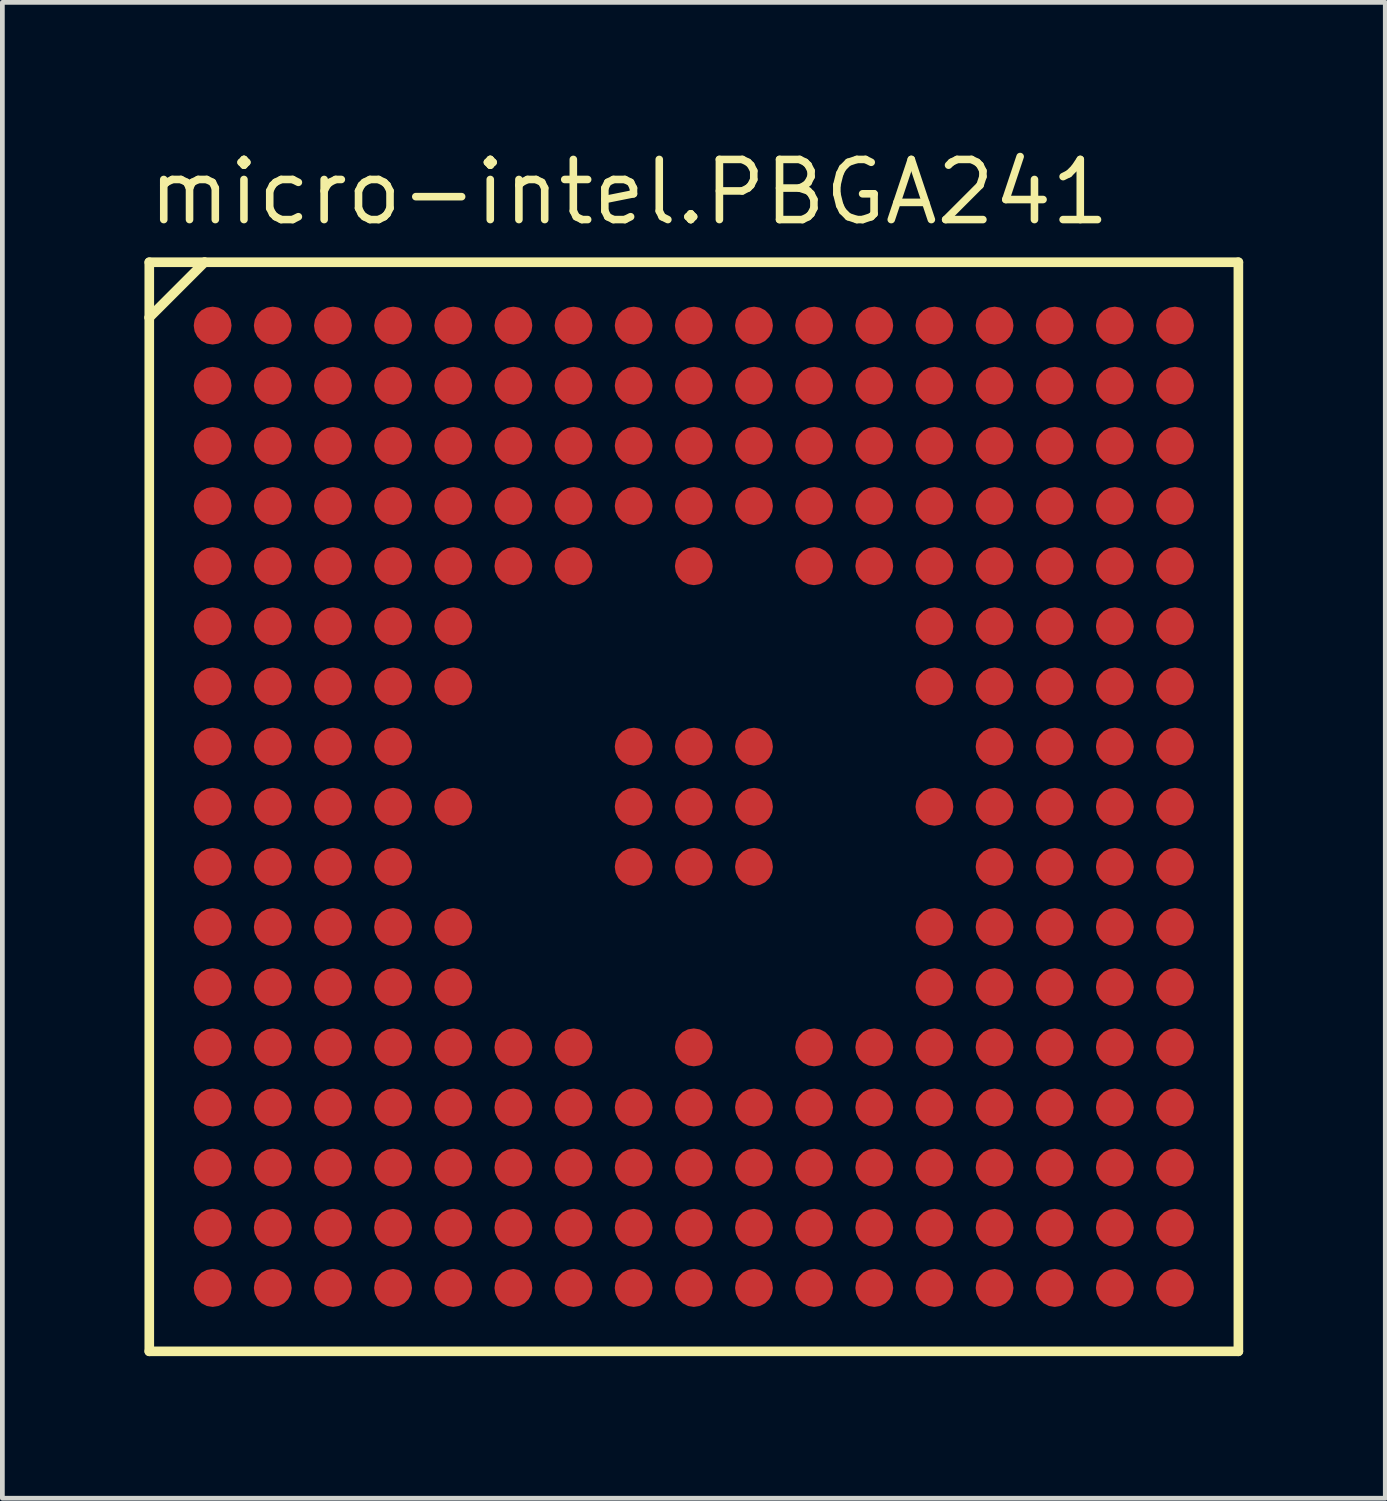
<source format=kicad_pcb>
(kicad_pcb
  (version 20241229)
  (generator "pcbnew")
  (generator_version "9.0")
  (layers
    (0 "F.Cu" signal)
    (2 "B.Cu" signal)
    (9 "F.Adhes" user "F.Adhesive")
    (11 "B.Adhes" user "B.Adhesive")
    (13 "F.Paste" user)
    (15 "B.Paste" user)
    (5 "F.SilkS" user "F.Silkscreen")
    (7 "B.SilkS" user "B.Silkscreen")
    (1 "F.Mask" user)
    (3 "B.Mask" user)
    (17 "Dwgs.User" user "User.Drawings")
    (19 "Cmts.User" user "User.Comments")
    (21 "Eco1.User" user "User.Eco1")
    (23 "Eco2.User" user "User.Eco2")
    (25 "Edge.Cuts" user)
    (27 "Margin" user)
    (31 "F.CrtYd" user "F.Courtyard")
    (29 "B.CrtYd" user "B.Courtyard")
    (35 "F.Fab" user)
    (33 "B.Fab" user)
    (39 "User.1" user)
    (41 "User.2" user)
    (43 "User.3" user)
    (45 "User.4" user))
  (footprint "micro-intel.PBGA241"
    (layer "F.Cu")
    (at 11.6 13.985)
    (property "Reference" "micro-intel.PBGA241" (at -11.6 -12.235 0) (layer "F.SilkS") (effects (font (size 1.27 1.27) (thickness 0.16)) (justify left bottom)))
    (attr smd)
    (fp_circle (center -10.16 -10.16) (end -9.76 -10.16) (stroke (width 0.1) (type default)) (fill no) (layer "F.Mask"))
    (fp_circle (center -10.16 -8.89) (end -9.76 -8.89) (stroke (width 0.1) (type default)) (fill no) (layer "F.Mask"))
    (fp_circle (center -10.16 -7.62) (end -9.76 -7.62) (stroke (width 0.1) (type default)) (fill no) (layer "F.Mask"))
    (fp_circle (center -10.16 -6.35) (end -9.76 -6.35) (stroke (width 0.1) (type default)) (fill no) (layer "F.Mask"))
    (fp_circle (center -10.16 -5.08) (end -9.76 -5.08) (stroke (width 0.1) (type default)) (fill no) (layer "F.Mask"))
    (fp_circle (center -10.16 -3.81) (end -9.76 -3.81) (stroke (width 0.1) (type default)) (fill no) (layer "F.Mask"))
    (fp_circle (center -10.16 -2.54) (end -9.76 -2.54) (stroke (width 0.1) (type default)) (fill no) (layer "F.Mask"))
    (fp_circle (center -10.16 -1.27) (end -9.76 -1.27) (stroke (width 0.1) (type default)) (fill no) (layer "F.Mask"))
    (fp_circle (center -10.16 0) (end -9.76 0) (stroke (width 0.1) (type default)) (fill no) (layer "F.Mask"))
    (fp_circle (center -10.16 1.27) (end -9.76 1.27) (stroke (width 0.1) (type default)) (fill no) (layer "F.Mask"))
    (fp_circle (center -10.16 2.54) (end -9.76 2.54) (stroke (width 0.1) (type default)) (fill no) (layer "F.Mask"))
    (fp_circle (center -10.16 3.81) (end -9.76 3.81) (stroke (width 0.1) (type default)) (fill no) (layer "F.Mask"))
    (fp_circle (center -10.16 5.08) (end -9.76 5.08) (stroke (width 0.1) (type default)) (fill no) (layer "F.Mask"))
    (fp_circle (center -10.16 6.35) (end -9.76 6.35) (stroke (width 0.1) (type default)) (fill no) (layer "F.Mask"))
    (fp_circle (center -10.16 7.62) (end -9.76 7.62) (stroke (width 0.1) (type default)) (fill no) (layer "F.Mask"))
    (fp_circle (center -10.16 8.89) (end -9.76 8.89) (stroke (width 0.1) (type default)) (fill no) (layer "F.Mask"))
    (fp_circle (center -10.16 10.16) (end -9.76 10.16) (stroke (width 0.1) (type default)) (fill no) (layer "F.Mask"))
    (fp_circle (center -8.89 -10.16) (end -8.49 -10.16) (stroke (width 0.1) (type default)) (fill no) (layer "F.Mask"))
    (fp_circle (center -8.89 -8.89) (end -8.49 -8.89) (stroke (width 0.1) (type default)) (fill no) (layer "F.Mask"))
    (fp_circle (center -8.89 -7.62) (end -8.49 -7.62) (stroke (width 0.1) (type default)) (fill no) (layer "F.Mask"))
    (fp_circle (center -8.89 -6.35) (end -8.49 -6.35) (stroke (width 0.1) (type default)) (fill no) (layer "F.Mask"))
    (fp_circle (center -8.89 -5.08) (end -8.49 -5.08) (stroke (width 0.1) (type default)) (fill no) (layer "F.Mask"))
    (fp_circle (center -8.89 -3.81) (end -8.49 -3.81) (stroke (width 0.1) (type default)) (fill no) (layer "F.Mask"))
    (fp_circle (center -8.89 -2.54) (end -8.49 -2.54) (stroke (width 0.1) (type default)) (fill no) (layer "F.Mask"))
    (fp_circle (center -8.89 -1.27) (end -8.49 -1.27) (stroke (width 0.1) (type default)) (fill no) (layer "F.Mask"))
    (fp_circle (center -8.89 0) (end -8.49 0) (stroke (width 0.1) (type default)) (fill no) (layer "F.Mask"))
    (fp_circle (center -8.89 1.27) (end -8.49 1.27) (stroke (width 0.1) (type default)) (fill no) (layer "F.Mask"))
    (fp_circle (center -8.89 2.54) (end -8.49 2.54) (stroke (width 0.1) (type default)) (fill no) (layer "F.Mask"))
    (fp_circle (center -8.89 3.81) (end -8.49 3.81) (stroke (width 0.1) (type default)) (fill no) (layer "F.Mask"))
    (fp_circle (center -8.89 5.08) (end -8.49 5.08) (stroke (width 0.1) (type default)) (fill no) (layer "F.Mask"))
    (fp_circle (center -8.89 6.35) (end -8.49 6.35) (stroke (width 0.1) (type default)) (fill no) (layer "F.Mask"))
    (fp_circle (center -8.89 7.62) (end -8.49 7.62) (stroke (width 0.1) (type default)) (fill no) (layer "F.Mask"))
    (fp_circle (center -8.89 8.89) (end -8.49 8.89) (stroke (width 0.1) (type default)) (fill no) (layer "F.Mask"))
    (fp_circle (center -8.89 10.16) (end -8.49 10.16) (stroke (width 0.1) (type default)) (fill no) (layer "F.Mask"))
    (fp_circle (center -7.62 -10.16) (end -7.22 -10.16) (stroke (width 0.1) (type default)) (fill no) (layer "F.Mask"))
    (fp_circle (center -7.62 -8.89) (end -7.22 -8.89) (stroke (width 0.1) (type default)) (fill no) (layer "F.Mask"))
    (fp_circle (center -7.62 -7.62) (end -7.22 -7.62) (stroke (width 0.1) (type default)) (fill no) (layer "F.Mask"))
    (fp_circle (center -7.62 -6.35) (end -7.22 -6.35) (stroke (width 0.1) (type default)) (fill no) (layer "F.Mask"))
    (fp_circle (center -7.62 -5.08) (end -7.22 -5.08) (stroke (width 0.1) (type default)) (fill no) (layer "F.Mask"))
    (fp_circle (center -7.62 -3.81) (end -7.22 -3.81) (stroke (width 0.1) (type default)) (fill no) (layer "F.Mask"))
    (fp_circle (center -7.62 -2.54) (end -7.22 -2.54) (stroke (width 0.1) (type default)) (fill no) (layer "F.Mask"))
    (fp_circle (center -7.62 -1.27) (end -7.22 -1.27) (stroke (width 0.1) (type default)) (fill no) (layer "F.Mask"))
    (fp_circle (center -7.62 0) (end -7.22 0) (stroke (width 0.1) (type default)) (fill no) (layer "F.Mask"))
    (fp_circle (center -7.62 1.27) (end -7.22 1.27) (stroke (width 0.1) (type default)) (fill no) (layer "F.Mask"))
    (fp_circle (center -7.62 2.54) (end -7.22 2.54) (stroke (width 0.1) (type default)) (fill no) (layer "F.Mask"))
    (fp_circle (center -7.62 3.81) (end -7.22 3.81) (stroke (width 0.1) (type default)) (fill no) (layer "F.Mask"))
    (fp_circle (center -7.62 5.08) (end -7.22 5.08) (stroke (width 0.1) (type default)) (fill no) (layer "F.Mask"))
    (fp_circle (center -7.62 6.35) (end -7.22 6.35) (stroke (width 0.1) (type default)) (fill no) (layer "F.Mask"))
    (fp_circle (center -7.62 7.62) (end -7.22 7.62) (stroke (width 0.1) (type default)) (fill no) (layer "F.Mask"))
    (fp_circle (center -7.62 8.89) (end -7.22 8.89) (stroke (width 0.1) (type default)) (fill no) (layer "F.Mask"))
    (fp_circle (center -7.62 10.16) (end -7.22 10.16) (stroke (width 0.1) (type default)) (fill no) (layer "F.Mask"))
    (fp_circle (center -6.35 -10.16) (end -5.95 -10.16) (stroke (width 0.1) (type default)) (fill no) (layer "F.Mask"))
    (fp_circle (center -6.35 -8.89) (end -5.95 -8.89) (stroke (width 0.1) (type default)) (fill no) (layer "F.Mask"))
    (fp_circle (center -6.35 -7.62) (end -5.95 -7.62) (stroke (width 0.1) (type default)) (fill no) (layer "F.Mask"))
    (fp_circle (center -6.35 -6.35) (end -5.95 -6.35) (stroke (width 0.1) (type default)) (fill no) (layer "F.Mask"))
    (fp_circle (center -6.35 -5.08) (end -5.95 -5.08) (stroke (width 0.1) (type default)) (fill no) (layer "F.Mask"))
    (fp_circle (center -6.35 -3.81) (end -5.95 -3.81) (stroke (width 0.1) (type default)) (fill no) (layer "F.Mask"))
    (fp_circle (center -6.35 -2.54) (end -5.95 -2.54) (stroke (width 0.1) (type default)) (fill no) (layer "F.Mask"))
    (fp_circle (center -6.35 -1.27) (end -5.95 -1.27) (stroke (width 0.1) (type default)) (fill no) (layer "F.Mask"))
    (fp_circle (center -6.35 0) (end -5.95 0) (stroke (width 0.1) (type default)) (fill no) (layer "F.Mask"))
    (fp_circle (center -6.35 1.27) (end -5.95 1.27) (stroke (width 0.1) (type default)) (fill no) (layer "F.Mask"))
    (fp_circle (center -6.35 2.54) (end -5.95 2.54) (stroke (width 0.1) (type default)) (fill no) (layer "F.Mask"))
    (fp_circle (center -6.35 3.81) (end -5.95 3.81) (stroke (width 0.1) (type default)) (fill no) (layer "F.Mask"))
    (fp_circle (center -6.35 5.08) (end -5.95 5.08) (stroke (width 0.1) (type default)) (fill no) (layer "F.Mask"))
    (fp_circle (center -6.35 6.35) (end -5.95 6.35) (stroke (width 0.1) (type default)) (fill no) (layer "F.Mask"))
    (fp_circle (center -6.35 7.62) (end -5.95 7.62) (stroke (width 0.1) (type default)) (fill no) (layer "F.Mask"))
    (fp_circle (center -6.35 8.89) (end -5.95 8.89) (stroke (width 0.1) (type default)) (fill no) (layer "F.Mask"))
    (fp_circle (center -6.35 10.16) (end -5.95 10.16) (stroke (width 0.1) (type default)) (fill no) (layer "F.Mask"))
    (fp_circle (center -5.08 -10.16) (end -4.68 -10.16) (stroke (width 0.1) (type default)) (fill no) (layer "F.Mask"))
    (fp_circle (center -5.08 -8.89) (end -4.68 -8.89) (stroke (width 0.1) (type default)) (fill no) (layer "F.Mask"))
    (fp_circle (center -5.08 -7.62) (end -4.68 -7.62) (stroke (width 0.1) (type default)) (fill no) (layer "F.Mask"))
    (fp_circle (center -5.08 -6.35) (end -4.68 -6.35) (stroke (width 0.1) (type default)) (fill no) (layer "F.Mask"))
    (fp_circle (center -5.08 -5.08) (end -4.68 -5.08) (stroke (width 0.1) (type default)) (fill no) (layer "F.Mask"))
    (fp_circle (center -5.08 -3.81) (end -4.68 -3.81) (stroke (width 0.1) (type default)) (fill no) (layer "F.Mask"))
    (fp_circle (center -5.08 -2.54) (end -4.68 -2.54) (stroke (width 0.1) (type default)) (fill no) (layer "F.Mask"))
    (fp_circle (center -5.08 0) (end -4.68 0) (stroke (width 0.1) (type default)) (fill no) (layer "F.Mask"))
    (fp_circle (center -5.08 2.54) (end -4.68 2.54) (stroke (width 0.1) (type default)) (fill no) (layer "F.Mask"))
    (fp_circle (center -5.08 3.81) (end -4.68 3.81) (stroke (width 0.1) (type default)) (fill no) (layer "F.Mask"))
    (fp_circle (center -5.08 5.08) (end -4.68 5.08) (stroke (width 0.1) (type default)) (fill no) (layer "F.Mask"))
    (fp_circle (center -5.08 6.35) (end -4.68 6.35) (stroke (width 0.1) (type default)) (fill no) (layer "F.Mask"))
    (fp_circle (center -5.08 7.62) (end -4.68 7.62) (stroke (width 0.1) (type default)) (fill no) (layer "F.Mask"))
    (fp_circle (center -5.08 8.89) (end -4.68 8.89) (stroke (width 0.1) (type default)) (fill no) (layer "F.Mask"))
    (fp_circle (center -5.08 10.16) (end -4.68 10.16) (stroke (width 0.1) (type default)) (fill no) (layer "F.Mask"))
    (fp_circle (center -3.81 -10.16) (end -3.41 -10.16) (stroke (width 0.1) (type default)) (fill no) (layer "F.Mask"))
    (fp_circle (center -3.81 -8.89) (end -3.41 -8.89) (stroke (width 0.1) (type default)) (fill no) (layer "F.Mask"))
    (fp_circle (center -3.81 -7.62) (end -3.41 -7.62) (stroke (width 0.1) (type default)) (fill no) (layer "F.Mask"))
    (fp_circle (center -3.81 -6.35) (end -3.41 -6.35) (stroke (width 0.1) (type default)) (fill no) (layer "F.Mask"))
    (fp_circle (center -3.81 -5.08) (end -3.41 -5.08) (stroke (width 0.1) (type default)) (fill no) (layer "F.Mask"))
    (fp_circle (center -3.81 5.08) (end -3.41 5.08) (stroke (width 0.1) (type default)) (fill no) (layer "F.Mask"))
    (fp_circle (center -3.81 6.35) (end -3.41 6.35) (stroke (width 0.1) (type default)) (fill no) (layer "F.Mask"))
    (fp_circle (center -3.81 7.62) (end -3.41 7.62) (stroke (width 0.1) (type default)) (fill no) (layer "F.Mask"))
    (fp_circle (center -3.81 8.89) (end -3.41 8.89) (stroke (width 0.1) (type default)) (fill no) (layer "F.Mask"))
    (fp_circle (center -3.81 10.16) (end -3.41 10.16) (stroke (width 0.1) (type default)) (fill no) (layer "F.Mask"))
    (fp_circle (center -2.54 -10.16) (end -2.14 -10.16) (stroke (width 0.1) (type default)) (fill no) (layer "F.Mask"))
    (fp_circle (center -2.54 -8.89) (end -2.14 -8.89) (stroke (width 0.1) (type default)) (fill no) (layer "F.Mask"))
    (fp_circle (center -2.54 -7.62) (end -2.14 -7.62) (stroke (width 0.1) (type default)) (fill no) (layer "F.Mask"))
    (fp_circle (center -2.54 -6.35) (end -2.14 -6.35) (stroke (width 0.1) (type default)) (fill no) (layer "F.Mask"))
    (fp_circle (center -2.54 -5.08) (end -2.14 -5.08) (stroke (width 0.1) (type default)) (fill no) (layer "F.Mask"))
    (fp_circle (center -2.54 5.08) (end -2.14 5.08) (stroke (width 0.1) (type default)) (fill no) (layer "F.Mask"))
    (fp_circle (center -2.54 6.35) (end -2.14 6.35) (stroke (width 0.1) (type default)) (fill no) (layer "F.Mask"))
    (fp_circle (center -2.54 7.62) (end -2.14 7.62) (stroke (width 0.1) (type default)) (fill no) (layer "F.Mask"))
    (fp_circle (center -2.54 8.89) (end -2.14 8.89) (stroke (width 0.1) (type default)) (fill no) (layer "F.Mask"))
    (fp_circle (center -2.54 10.16) (end -2.14 10.16) (stroke (width 0.1) (type default)) (fill no) (layer "F.Mask"))
    (fp_circle (center -1.27 -10.16) (end -0.87 -10.16) (stroke (width 0.1) (type default)) (fill no) (layer "F.Mask"))
    (fp_circle (center -1.27 -8.89) (end -0.87 -8.89) (stroke (width 0.1) (type default)) (fill no) (layer "F.Mask"))
    (fp_circle (center -1.27 -7.62) (end -0.87 -7.62) (stroke (width 0.1) (type default)) (fill no) (layer "F.Mask"))
    (fp_circle (center -1.27 -6.35) (end -0.87 -6.35) (stroke (width 0.1) (type default)) (fill no) (layer "F.Mask"))
    (fp_circle (center -1.27 -1.27) (end -0.87 -1.27) (stroke (width 0.1) (type default)) (fill no) (layer "F.Mask"))
    (fp_circle (center -1.27 0) (end -0.87 0) (stroke (width 0.1) (type default)) (fill no) (layer "F.Mask"))
    (fp_circle (center -1.27 1.27) (end -0.87 1.27) (stroke (width 0.1) (type default)) (fill no) (layer "F.Mask"))
    (fp_circle (center -1.27 6.35) (end -0.87 6.35) (stroke (width 0.1) (type default)) (fill no) (layer "F.Mask"))
    (fp_circle (center -1.27 7.62) (end -0.87 7.62) (stroke (width 0.1) (type default)) (fill no) (layer "F.Mask"))
    (fp_circle (center -1.27 8.89) (end -0.87 8.89) (stroke (width 0.1) (type default)) (fill no) (layer "F.Mask"))
    (fp_circle (center -1.27 10.16) (end -0.87 10.16) (stroke (width 0.1) (type default)) (fill no) (layer "F.Mask"))
    (fp_circle (center 0 -10.16) (end 0.4 -10.16) (stroke (width 0.1) (type default)) (fill no) (layer "F.Mask"))
    (fp_circle (center 0 -8.89) (end 0.4 -8.89) (stroke (width 0.1) (type default)) (fill no) (layer "F.Mask"))
    (fp_circle (center 0 -7.62) (end 0.4 -7.62) (stroke (width 0.1) (type default)) (fill no) (layer "F.Mask"))
    (fp_circle (center 0 -6.35) (end 0.4 -6.35) (stroke (width 0.1) (type default)) (fill no) (layer "F.Mask"))
    (fp_circle (center 0 -5.08) (end 0.4 -5.08) (stroke (width 0.1) (type default)) (fill no) (layer "F.Mask"))
    (fp_circle (center 0 -1.27) (end 0.4 -1.27) (stroke (width 0.1) (type default)) (fill no) (layer "F.Mask"))
    (fp_circle (center 0 0) (end 0.4 0) (stroke (width 0.1) (type default)) (fill no) (layer "F.Mask"))
    (fp_circle (center 0 1.27) (end 0.4 1.27) (stroke (width 0.1) (type default)) (fill no) (layer "F.Mask"))
    (fp_circle (center 0 5.08) (end 0.4 5.08) (stroke (width 0.1) (type default)) (fill no) (layer "F.Mask"))
    (fp_circle (center 0 6.35) (end 0.4 6.35) (stroke (width 0.1) (type default)) (fill no) (layer "F.Mask"))
    (fp_circle (center 0 7.62) (end 0.4 7.62) (stroke (width 0.1) (type default)) (fill no) (layer "F.Mask"))
    (fp_circle (center 0 8.89) (end 0.4 8.89) (stroke (width 0.1) (type default)) (fill no) (layer "F.Mask"))
    (fp_circle (center 0 10.16) (end 0.4 10.16) (stroke (width 0.1) (type default)) (fill no) (layer "F.Mask"))
    (fp_circle (center 1.27 -10.16) (end 1.67 -10.16) (stroke (width 0.1) (type default)) (fill no) (layer "F.Mask"))
    (fp_circle (center 1.27 -8.89) (end 1.67 -8.89) (stroke (width 0.1) (type default)) (fill no) (layer "F.Mask"))
    (fp_circle (center 1.27 -7.62) (end 1.67 -7.62) (stroke (width 0.1) (type default)) (fill no) (layer "F.Mask"))
    (fp_circle (center 1.27 -6.35) (end 1.67 -6.35) (stroke (width 0.1) (type default)) (fill no) (layer "F.Mask"))
    (fp_circle (center 1.27 -1.27) (end 1.67 -1.27) (stroke (width 0.1) (type default)) (fill no) (layer "F.Mask"))
    (fp_circle (center 1.27 0) (end 1.67 0) (stroke (width 0.1) (type default)) (fill no) (layer "F.Mask"))
    (fp_circle (center 1.27 1.27) (end 1.67 1.27) (stroke (width 0.1) (type default)) (fill no) (layer "F.Mask"))
    (fp_circle (center 1.27 6.35) (end 1.67 6.35) (stroke (width 0.1) (type default)) (fill no) (layer "F.Mask"))
    (fp_circle (center 1.27 7.62) (end 1.67 7.62) (stroke (width 0.1) (type default)) (fill no) (layer "F.Mask"))
    (fp_circle (center 1.27 8.89) (end 1.67 8.89) (stroke (width 0.1) (type default)) (fill no) (layer "F.Mask"))
    (fp_circle (center 1.27 10.16) (end 1.67 10.16) (stroke (width 0.1) (type default)) (fill no) (layer "F.Mask"))
    (fp_circle (center 2.54 -10.16) (end 2.94 -10.16) (stroke (width 0.1) (type default)) (fill no) (layer "F.Mask"))
    (fp_circle (center 2.54 -8.89) (end 2.94 -8.89) (stroke (width 0.1) (type default)) (fill no) (layer "F.Mask"))
    (fp_circle (center 2.54 -7.62) (end 2.94 -7.62) (stroke (width 0.1) (type default)) (fill no) (layer "F.Mask"))
    (fp_circle (center 2.54 -6.35) (end 2.94 -6.35) (stroke (width 0.1) (type default)) (fill no) (layer "F.Mask"))
    (fp_circle (center 2.54 -5.08) (end 2.94 -5.08) (stroke (width 0.1) (type default)) (fill no) (layer "F.Mask"))
    (fp_circle (center 2.54 5.08) (end 2.94 5.08) (stroke (width 0.1) (type default)) (fill no) (layer "F.Mask"))
    (fp_circle (center 2.54 6.35) (end 2.94 6.35) (stroke (width 0.1) (type default)) (fill no) (layer "F.Mask"))
    (fp_circle (center 2.54 7.62) (end 2.94 7.62) (stroke (width 0.1) (type default)) (fill no) (layer "F.Mask"))
    (fp_circle (center 2.54 8.89) (end 2.94 8.89) (stroke (width 0.1) (type default)) (fill no) (layer "F.Mask"))
    (fp_circle (center 2.54 10.16) (end 2.94 10.16) (stroke (width 0.1) (type default)) (fill no) (layer "F.Mask"))
    (fp_circle (center 3.81 -10.16) (end 4.21 -10.16) (stroke (width 0.1) (type default)) (fill no) (layer "F.Mask"))
    (fp_circle (center 3.81 -8.89) (end 4.21 -8.89) (stroke (width 0.1) (type default)) (fill no) (layer "F.Mask"))
    (fp_circle (center 3.81 -7.62) (end 4.21 -7.62) (stroke (width 0.1) (type default)) (fill no) (layer "F.Mask"))
    (fp_circle (center 3.81 -6.35) (end 4.21 -6.35) (stroke (width 0.1) (type default)) (fill no) (layer "F.Mask"))
    (fp_circle (center 3.81 -5.08) (end 4.21 -5.08) (stroke (width 0.1) (type default)) (fill no) (layer "F.Mask"))
    (fp_circle (center 3.81 5.08) (end 4.21 5.08) (stroke (width 0.1) (type default)) (fill no) (layer "F.Mask"))
    (fp_circle (center 3.81 6.35) (end 4.21 6.35) (stroke (width 0.1) (type default)) (fill no) (layer "F.Mask"))
    (fp_circle (center 3.81 7.62) (end 4.21 7.62) (stroke (width 0.1) (type default)) (fill no) (layer "F.Mask"))
    (fp_circle (center 3.81 8.89) (end 4.21 8.89) (stroke (width 0.1) (type default)) (fill no) (layer "F.Mask"))
    (fp_circle (center 3.81 10.16) (end 4.21 10.16) (stroke (width 0.1) (type default)) (fill no) (layer "F.Mask"))
    (fp_circle (center 5.08 -10.16) (end 5.48 -10.16) (stroke (width 0.1) (type default)) (fill no) (layer "F.Mask"))
    (fp_circle (center 5.08 -8.89) (end 5.48 -8.89) (stroke (width 0.1) (type default)) (fill no) (layer "F.Mask"))
    (fp_circle (center 5.08 -7.62) (end 5.48 -7.62) (stroke (width 0.1) (type default)) (fill no) (layer "F.Mask"))
    (fp_circle (center 5.08 -6.35) (end 5.48 -6.35) (stroke (width 0.1) (type default)) (fill no) (layer "F.Mask"))
    (fp_circle (center 5.08 -5.08) (end 5.48 -5.08) (stroke (width 0.1) (type default)) (fill no) (layer "F.Mask"))
    (fp_circle (center 5.08 -3.81) (end 5.48 -3.81) (stroke (width 0.1) (type default)) (fill no) (layer "F.Mask"))
    (fp_circle (center 5.08 -2.54) (end 5.48 -2.54) (stroke (width 0.1) (type default)) (fill no) (layer "F.Mask"))
    (fp_circle (center 5.08 0) (end 5.48 0) (stroke (width 0.1) (type default)) (fill no) (layer "F.Mask"))
    (fp_circle (center 5.08 2.54) (end 5.48 2.54) (stroke (width 0.1) (type default)) (fill no) (layer "F.Mask"))
    (fp_circle (center 5.08 3.81) (end 5.48 3.81) (stroke (width 0.1) (type default)) (fill no) (layer "F.Mask"))
    (fp_circle (center 5.08 5.08) (end 5.48 5.08) (stroke (width 0.1) (type default)) (fill no) (layer "F.Mask"))
    (fp_circle (center 5.08 6.35) (end 5.48 6.35) (stroke (width 0.1) (type default)) (fill no) (layer "F.Mask"))
    (fp_circle (center 5.08 7.62) (end 5.48 7.62) (stroke (width 0.1) (type default)) (fill no) (layer "F.Mask"))
    (fp_circle (center 5.08 8.89) (end 5.48 8.89) (stroke (width 0.1) (type default)) (fill no) (layer "F.Mask"))
    (fp_circle (center 5.08 10.16) (end 5.48 10.16) (stroke (width 0.1) (type default)) (fill no) (layer "F.Mask"))
    (fp_circle (center 6.35 -10.16) (end 6.75 -10.16) (stroke (width 0.1) (type default)) (fill no) (layer "F.Mask"))
    (fp_circle (center 6.35 -8.89) (end 6.75 -8.89) (stroke (width 0.1) (type default)) (fill no) (layer "F.Mask"))
    (fp_circle (center 6.35 -7.62) (end 6.75 -7.62) (stroke (width 0.1) (type default)) (fill no) (layer "F.Mask"))
    (fp_circle (center 6.35 -6.35) (end 6.75 -6.35) (stroke (width 0.1) (type default)) (fill no) (layer "F.Mask"))
    (fp_circle (center 6.35 -5.08) (end 6.75 -5.08) (stroke (width 0.1) (type default)) (fill no) (layer "F.Mask"))
    (fp_circle (center 6.35 -3.81) (end 6.75 -3.81) (stroke (width 0.1) (type default)) (fill no) (layer "F.Mask"))
    (fp_circle (center 6.35 -2.54) (end 6.75 -2.54) (stroke (width 0.1) (type default)) (fill no) (layer "F.Mask"))
    (fp_circle (center 6.35 -1.27) (end 6.75 -1.27) (stroke (width 0.1) (type default)) (fill no) (layer "F.Mask"))
    (fp_circle (center 6.35 0) (end 6.75 0) (stroke (width 0.1) (type default)) (fill no) (layer "F.Mask"))
    (fp_circle (center 6.35 1.27) (end 6.75 1.27) (stroke (width 0.1) (type default)) (fill no) (layer "F.Mask"))
    (fp_circle (center 6.35 2.54) (end 6.75 2.54) (stroke (width 0.1) (type default)) (fill no) (layer "F.Mask"))
    (fp_circle (center 6.35 3.81) (end 6.75 3.81) (stroke (width 0.1) (type default)) (fill no) (layer "F.Mask"))
    (fp_circle (center 6.35 5.08) (end 6.75 5.08) (stroke (width 0.1) (type default)) (fill no) (layer "F.Mask"))
    (fp_circle (center 6.35 6.35) (end 6.75 6.35) (stroke (width 0.1) (type default)) (fill no) (layer "F.Mask"))
    (fp_circle (center 6.35 7.62) (end 6.75 7.62) (stroke (width 0.1) (type default)) (fill no) (layer "F.Mask"))
    (fp_circle (center 6.35 8.89) (end 6.75 8.89) (stroke (width 0.1) (type default)) (fill no) (layer "F.Mask"))
    (fp_circle (center 6.35 10.16) (end 6.75 10.16) (stroke (width 0.1) (type default)) (fill no) (layer "F.Mask"))
    (fp_circle (center 7.62 -10.16) (end 8.02 -10.16) (stroke (width 0.1) (type default)) (fill no) (layer "F.Mask"))
    (fp_circle (center 7.62 -8.89) (end 8.02 -8.89) (stroke (width 0.1) (type default)) (fill no) (layer "F.Mask"))
    (fp_circle (center 7.62 -7.62) (end 8.02 -7.62) (stroke (width 0.1) (type default)) (fill no) (layer "F.Mask"))
    (fp_circle (center 7.62 -6.35) (end 8.02 -6.35) (stroke (width 0.1) (type default)) (fill no) (layer "F.Mask"))
    (fp_circle (center 7.62 -5.08) (end 8.02 -5.08) (stroke (width 0.1) (type default)) (fill no) (layer "F.Mask"))
    (fp_circle (center 7.62 -3.81) (end 8.02 -3.81) (stroke (width 0.1) (type default)) (fill no) (layer "F.Mask"))
    (fp_circle (center 7.62 -2.54) (end 8.02 -2.54) (stroke (width 0.1) (type default)) (fill no) (layer "F.Mask"))
    (fp_circle (center 7.62 -1.27) (end 8.02 -1.27) (stroke (width 0.1) (type default)) (fill no) (layer "F.Mask"))
    (fp_circle (center 7.62 0) (end 8.02 0) (stroke (width 0.1) (type default)) (fill no) (layer "F.Mask"))
    (fp_circle (center 7.62 1.27) (end 8.02 1.27) (stroke (width 0.1) (type default)) (fill no) (layer "F.Mask"))
    (fp_circle (center 7.62 2.54) (end 8.02 2.54) (stroke (width 0.1) (type default)) (fill no) (layer "F.Mask"))
    (fp_circle (center 7.62 3.81) (end 8.02 3.81) (stroke (width 0.1) (type default)) (fill no) (layer "F.Mask"))
    (fp_circle (center 7.62 5.08) (end 8.02 5.08) (stroke (width 0.1) (type default)) (fill no) (layer "F.Mask"))
    (fp_circle (center 7.62 6.35) (end 8.02 6.35) (stroke (width 0.1) (type default)) (fill no) (layer "F.Mask"))
    (fp_circle (center 7.62 7.62) (end 8.02 7.62) (stroke (width 0.1) (type default)) (fill no) (layer "F.Mask"))
    (fp_circle (center 7.62 8.89) (end 8.02 8.89) (stroke (width 0.1) (type default)) (fill no) (layer "F.Mask"))
    (fp_circle (center 7.62 10.16) (end 8.02 10.16) (stroke (width 0.1) (type default)) (fill no) (layer "F.Mask"))
    (fp_circle (center 8.89 -10.16) (end 9.29 -10.16) (stroke (width 0.1) (type default)) (fill no) (layer "F.Mask"))
    (fp_circle (center 8.89 -8.89) (end 9.29 -8.89) (stroke (width 0.1) (type default)) (fill no) (layer "F.Mask"))
    (fp_circle (center 8.89 -7.62) (end 9.29 -7.62) (stroke (width 0.1) (type default)) (fill no) (layer "F.Mask"))
    (fp_circle (center 8.89 -6.35) (end 9.29 -6.35) (stroke (width 0.1) (type default)) (fill no) (layer "F.Mask"))
    (fp_circle (center 8.89 -5.08) (end 9.29 -5.08) (stroke (width 0.1) (type default)) (fill no) (layer "F.Mask"))
    (fp_circle (center 8.89 -3.81) (end 9.29 -3.81) (stroke (width 0.1) (type default)) (fill no) (layer "F.Mask"))
    (fp_circle (center 8.89 -2.54) (end 9.29 -2.54) (stroke (width 0.1) (type default)) (fill no) (layer "F.Mask"))
    (fp_circle (center 8.89 -1.27) (end 9.29 -1.27) (stroke (width 0.1) (type default)) (fill no) (layer "F.Mask"))
    (fp_circle (center 8.89 0) (end 9.29 0) (stroke (width 0.1) (type default)) (fill no) (layer "F.Mask"))
    (fp_circle (center 8.89 1.27) (end 9.29 1.27) (stroke (width 0.1) (type default)) (fill no) (layer "F.Mask"))
    (fp_circle (center 8.89 2.54) (end 9.29 2.54) (stroke (width 0.1) (type default)) (fill no) (layer "F.Mask"))
    (fp_circle (center 8.89 3.81) (end 9.29 3.81) (stroke (width 0.1) (type default)) (fill no) (layer "F.Mask"))
    (fp_circle (center 8.89 5.08) (end 9.29 5.08) (stroke (width 0.1) (type default)) (fill no) (layer "F.Mask"))
    (fp_circle (center 8.89 6.35) (end 9.29 6.35) (stroke (width 0.1) (type default)) (fill no) (layer "F.Mask"))
    (fp_circle (center 8.89 7.62) (end 9.29 7.62) (stroke (width 0.1) (type default)) (fill no) (layer "F.Mask"))
    (fp_circle (center 8.89 8.89) (end 9.29 8.89) (stroke (width 0.1) (type default)) (fill no) (layer "F.Mask"))
    (fp_circle (center 8.89 10.16) (end 9.29 10.16) (stroke (width 0.1) (type default)) (fill no) (layer "F.Mask"))
    (fp_circle (center 10.16 -10.16) (end 10.56 -10.16) (stroke (width 0.1) (type default)) (fill no) (layer "F.Mask"))
    (fp_circle (center 10.16 -8.89) (end 10.56 -8.89) (stroke (width 0.1) (type default)) (fill no) (layer "F.Mask"))
    (fp_circle (center 10.16 -7.62) (end 10.56 -7.62) (stroke (width 0.1) (type default)) (fill no) (layer "F.Mask"))
    (fp_circle (center 10.16 -6.35) (end 10.56 -6.35) (stroke (width 0.1) (type default)) (fill no) (layer "F.Mask"))
    (fp_circle (center 10.16 -5.08) (end 10.56 -5.08) (stroke (width 0.1) (type default)) (fill no) (layer "F.Mask"))
    (fp_circle (center 10.16 -3.81) (end 10.56 -3.81) (stroke (width 0.1) (type default)) (fill no) (layer "F.Mask"))
    (fp_circle (center 10.16 -2.54) (end 10.56 -2.54) (stroke (width 0.1) (type default)) (fill no) (layer "F.Mask"))
    (fp_circle (center 10.16 -1.27) (end 10.56 -1.27) (stroke (width 0.1) (type default)) (fill no) (layer "F.Mask"))
    (fp_circle (center 10.16 0) (end 10.56 0) (stroke (width 0.1) (type default)) (fill no) (layer "F.Mask"))
    (fp_circle (center 10.16 1.27) (end 10.56 1.27) (stroke (width 0.1) (type default)) (fill no) (layer "F.Mask"))
    (fp_circle (center 10.16 2.54) (end 10.56 2.54) (stroke (width 0.1) (type default)) (fill no) (layer "F.Mask"))
    (fp_circle (center 10.16 3.81) (end 10.56 3.81) (stroke (width 0.1) (type default)) (fill no) (layer "F.Mask"))
    (fp_circle (center 10.16 5.08) (end 10.56 5.08) (stroke (width 0.1) (type default)) (fill no) (layer "F.Mask"))
    (fp_circle (center 10.16 6.35) (end 10.56 6.35) (stroke (width 0.1) (type default)) (fill no) (layer "F.Mask"))
    (fp_circle (center 10.16 7.62) (end 10.56 7.62) (stroke (width 0.1) (type default)) (fill no) (layer "F.Mask"))
    (fp_circle (center 10.16 8.89) (end 10.56 8.89) (stroke (width 0.1) (type default)) (fill no) (layer "F.Mask"))
    (fp_circle (center 10.16 10.16) (end 10.56 10.16) (stroke (width 0.1) (type default)) (fill no) (layer "F.Mask"))
    (fp_line (start -11.498 -11.498) (end -11.498 -10.33) (stroke (width 0.203) (type default)) (layer "F.SilkS"))
    (fp_line (start -11.498 -10.33) (end -11.498 11.498) (stroke (width 0.203) (type default)) (layer "F.SilkS"))
    (fp_line (start -11.498 -10.33) (end -10.33 -11.498) (stroke (width 0.203) (type default)) (layer "F.SilkS"))
    (fp_line (start -11.498 11.498) (end 11.498 11.498) (stroke (width 0.203) (type default)) (layer "F.SilkS"))
    (fp_line (start -10.33 -11.498) (end -11.498 -11.498) (stroke (width 0.203) (type default)) (layer "F.SilkS"))
    (fp_line (start 11.498 -11.498) (end -10.33 -11.498) (stroke (width 0.203) (type default)) (layer "F.SilkS"))
    (fp_line (start 11.498 11.498) (end 11.498 -11.498) (stroke (width 0.203) (type default)) (layer "F.SilkS"))
    (pad "A1" smd roundrect (at -10.16 -10.16) (size 0.8 0.8) (layers "F.Cu" "F.Mask" "F.Paste") (roundrect_rratio 0.5))
    (pad "A2" smd roundrect (at -8.89 -10.16) (size 0.8 0.8) (layers "F.Cu" "F.Mask" "F.Paste") (roundrect_rratio 0.5))
    (pad "A3" smd roundrect (at -7.62 -10.16) (size 0.8 0.8) (layers "F.Cu" "F.Mask" "F.Paste") (roundrect_rratio 0.5))
    (pad "A4" smd roundrect (at -6.35 -10.16) (size 0.8 0.8) (layers "F.Cu" "F.Mask" "F.Paste") (roundrect_rratio 0.5))
    (pad "A5" smd roundrect (at -5.08 -10.16) (size 0.8 0.8) (layers "F.Cu" "F.Mask" "F.Paste") (roundrect_rratio 0.5))
    (pad "A6" smd roundrect (at -3.81 -10.16) (size 0.8 0.8) (layers "F.Cu" "F.Mask" "F.Paste") (roundrect_rratio 0.5))
    (pad "A7" smd roundrect (at -2.54 -10.16) (size 0.8 0.8) (layers "F.Cu" "F.Mask" "F.Paste") (roundrect_rratio 0.5))
    (pad "A8" smd roundrect (at -1.27 -10.16) (size 0.8 0.8) (layers "F.Cu" "F.Mask" "F.Paste") (roundrect_rratio 0.5))
    (pad "A9" smd roundrect (at 0 -10.16) (size 0.8 0.8) (layers "F.Cu" "F.Mask" "F.Paste") (roundrect_rratio 0.5))
    (pad "A10" smd roundrect (at 1.27 -10.16) (size 0.8 0.8) (layers "F.Cu" "F.Mask" "F.Paste") (roundrect_rratio 0.5))
    (pad "A11" smd roundrect (at 2.54 -10.16) (size 0.8 0.8) (layers "F.Cu" "F.Mask" "F.Paste") (roundrect_rratio 0.5))
    (pad "A12" smd roundrect (at 3.81 -10.16) (size 0.8 0.8) (layers "F.Cu" "F.Mask" "F.Paste") (roundrect_rratio 0.5))
    (pad "A13" smd roundrect (at 5.08 -10.16) (size 0.8 0.8) (layers "F.Cu" "F.Mask" "F.Paste") (roundrect_rratio 0.5))
    (pad "A14" smd roundrect (at 6.35 -10.16) (size 0.8 0.8) (layers "F.Cu" "F.Mask" "F.Paste") (roundrect_rratio 0.5))
    (pad "A15" smd roundrect (at 7.62 -10.16) (size 0.8 0.8) (layers "F.Cu" "F.Mask" "F.Paste") (roundrect_rratio 0.5))
    (pad "A16" smd roundrect (at 8.89 -10.16) (size 0.8 0.8) (layers "F.Cu" "F.Mask" "F.Paste") (roundrect_rratio 0.5))
    (pad "A17" smd roundrect (at 10.16 -10.16) (size 0.8 0.8) (layers "F.Cu" "F.Mask" "F.Paste") (roundrect_rratio 0.5))
    (pad "B1" smd roundrect (at -10.16 -8.89) (size 0.8 0.8) (layers "F.Cu" "F.Mask" "F.Paste") (roundrect_rratio 0.5))
    (pad "B2" smd roundrect (at -8.89 -8.89) (size 0.8 0.8) (layers "F.Cu" "F.Mask" "F.Paste") (roundrect_rratio 0.5))
    (pad "B3" smd roundrect (at -7.62 -8.89) (size 0.8 0.8) (layers "F.Cu" "F.Mask" "F.Paste") (roundrect_rratio 0.5))
    (pad "B4" smd roundrect (at -6.35 -8.89) (size 0.8 0.8) (layers "F.Cu" "F.Mask" "F.Paste") (roundrect_rratio 0.5))
    (pad "B5" smd roundrect (at -5.08 -8.89) (size 0.8 0.8) (layers "F.Cu" "F.Mask" "F.Paste") (roundrect_rratio 0.5))
    (pad "B6" smd roundrect (at -3.81 -8.89) (size 0.8 0.8) (layers "F.Cu" "F.Mask" "F.Paste") (roundrect_rratio 0.5))
    (pad "B7" smd roundrect (at -2.54 -8.89) (size 0.8 0.8) (layers "F.Cu" "F.Mask" "F.Paste") (roundrect_rratio 0.5))
    (pad "B8" smd roundrect (at -1.27 -8.89) (size 0.8 0.8) (layers "F.Cu" "F.Mask" "F.Paste") (roundrect_rratio 0.5))
    (pad "B9" smd roundrect (at 0 -8.89) (size 0.8 0.8) (layers "F.Cu" "F.Mask" "F.Paste") (roundrect_rratio 0.5))
    (pad "B10" smd roundrect (at 1.27 -8.89) (size 0.8 0.8) (layers "F.Cu" "F.Mask" "F.Paste") (roundrect_rratio 0.5))
    (pad "B11" smd roundrect (at 2.54 -8.89) (size 0.8 0.8) (layers "F.Cu" "F.Mask" "F.Paste") (roundrect_rratio 0.5))
    (pad "B12" smd roundrect (at 3.81 -8.89) (size 0.8 0.8) (layers "F.Cu" "F.Mask" "F.Paste") (roundrect_rratio 0.5))
    (pad "B13" smd roundrect (at 5.08 -8.89) (size 0.8 0.8) (layers "F.Cu" "F.Mask" "F.Paste") (roundrect_rratio 0.5))
    (pad "B14" smd roundrect (at 6.35 -8.89) (size 0.8 0.8) (layers "F.Cu" "F.Mask" "F.Paste") (roundrect_rratio 0.5))
    (pad "B15" smd roundrect (at 7.62 -8.89) (size 0.8 0.8) (layers "F.Cu" "F.Mask" "F.Paste") (roundrect_rratio 0.5))
    (pad "B16" smd roundrect (at 8.89 -8.89) (size 0.8 0.8) (layers "F.Cu" "F.Mask" "F.Paste") (roundrect_rratio 0.5))
    (pad "B17" smd roundrect (at 10.16 -8.89) (size 0.8 0.8) (layers "F.Cu" "F.Mask" "F.Paste") (roundrect_rratio 0.5))
    (pad "C1" smd roundrect (at -10.16 -7.62) (size 0.8 0.8) (layers "F.Cu" "F.Mask" "F.Paste") (roundrect_rratio 0.5))
    (pad "C2" smd roundrect (at -8.89 -7.62) (size 0.8 0.8) (layers "F.Cu" "F.Mask" "F.Paste") (roundrect_rratio 0.5))
    (pad "C3" smd roundrect (at -7.62 -7.62) (size 0.8 0.8) (layers "F.Cu" "F.Mask" "F.Paste") (roundrect_rratio 0.5))
    (pad "C4" smd roundrect (at -6.35 -7.62) (size 0.8 0.8) (layers "F.Cu" "F.Mask" "F.Paste") (roundrect_rratio 0.5))
    (pad "C5" smd roundrect (at -5.08 -7.62) (size 0.8 0.8) (layers "F.Cu" "F.Mask" "F.Paste") (roundrect_rratio 0.5))
    (pad "C6" smd roundrect (at -3.81 -7.62) (size 0.8 0.8) (layers "F.Cu" "F.Mask" "F.Paste") (roundrect_rratio 0.5))
    (pad "C7" smd roundrect (at -2.54 -7.62) (size 0.8 0.8) (layers "F.Cu" "F.Mask" "F.Paste") (roundrect_rratio 0.5))
    (pad "C8" smd roundrect (at -1.27 -7.62) (size 0.8 0.8) (layers "F.Cu" "F.Mask" "F.Paste") (roundrect_rratio 0.5))
    (pad "C9" smd roundrect (at 0 -7.62) (size 0.8 0.8) (layers "F.Cu" "F.Mask" "F.Paste") (roundrect_rratio 0.5))
    (pad "C10" smd roundrect (at 1.27 -7.62) (size 0.8 0.8) (layers "F.Cu" "F.Mask" "F.Paste") (roundrect_rratio 0.5))
    (pad "C11" smd roundrect (at 2.54 -7.62) (size 0.8 0.8) (layers "F.Cu" "F.Mask" "F.Paste") (roundrect_rratio 0.5))
    (pad "C12" smd roundrect (at 3.81 -7.62) (size 0.8 0.8) (layers "F.Cu" "F.Mask" "F.Paste") (roundrect_rratio 0.5))
    (pad "C13" smd roundrect (at 5.08 -7.62) (size 0.8 0.8) (layers "F.Cu" "F.Mask" "F.Paste") (roundrect_rratio 0.5))
    (pad "C14" smd roundrect (at 6.35 -7.62) (size 0.8 0.8) (layers "F.Cu" "F.Mask" "F.Paste") (roundrect_rratio 0.5))
    (pad "C15" smd roundrect (at 7.62 -7.62) (size 0.8 0.8) (layers "F.Cu" "F.Mask" "F.Paste") (roundrect_rratio 0.5))
    (pad "C16" smd roundrect (at 8.89 -7.62) (size 0.8 0.8) (layers "F.Cu" "F.Mask" "F.Paste") (roundrect_rratio 0.5))
    (pad "C17" smd roundrect (at 10.16 -7.62) (size 0.8 0.8) (layers "F.Cu" "F.Mask" "F.Paste") (roundrect_rratio 0.5))
    (pad "D1" smd roundrect (at -10.16 -6.35) (size 0.8 0.8) (layers "F.Cu" "F.Mask" "F.Paste") (roundrect_rratio 0.5))
    (pad "D2" smd roundrect (at -8.89 -6.35) (size 0.8 0.8) (layers "F.Cu" "F.Mask" "F.Paste") (roundrect_rratio 0.5))
    (pad "D3" smd roundrect (at -7.62 -6.35) (size 0.8 0.8) (layers "F.Cu" "F.Mask" "F.Paste") (roundrect_rratio 0.5))
    (pad "D4" smd roundrect (at -6.35 -6.35) (size 0.8 0.8) (layers "F.Cu" "F.Mask" "F.Paste") (roundrect_rratio 0.5))
    (pad "D5" smd roundrect (at -5.08 -6.35) (size 0.8 0.8) (layers "F.Cu" "F.Mask" "F.Paste") (roundrect_rratio 0.5))
    (pad "D6" smd roundrect (at -3.81 -6.35) (size 0.8 0.8) (layers "F.Cu" "F.Mask" "F.Paste") (roundrect_rratio 0.5))
    (pad "D7" smd roundrect (at -2.54 -6.35) (size 0.8 0.8) (layers "F.Cu" "F.Mask" "F.Paste") (roundrect_rratio 0.5))
    (pad "D8" smd roundrect (at -1.27 -6.35) (size 0.8 0.8) (layers "F.Cu" "F.Mask" "F.Paste") (roundrect_rratio 0.5))
    (pad "D9" smd roundrect (at 0 -6.35) (size 0.8 0.8) (layers "F.Cu" "F.Mask" "F.Paste") (roundrect_rratio 0.5))
    (pad "D10" smd roundrect (at 1.27 -6.35) (size 0.8 0.8) (layers "F.Cu" "F.Mask" "F.Paste") (roundrect_rratio 0.5))
    (pad "D11" smd roundrect (at 2.54 -6.35) (size 0.8 0.8) (layers "F.Cu" "F.Mask" "F.Paste") (roundrect_rratio 0.5))
    (pad "D12" smd roundrect (at 3.81 -6.35) (size 0.8 0.8) (layers "F.Cu" "F.Mask" "F.Paste") (roundrect_rratio 0.5))
    (pad "D13" smd roundrect (at 5.08 -6.35) (size 0.8 0.8) (layers "F.Cu" "F.Mask" "F.Paste") (roundrect_rratio 0.5))
    (pad "D14" smd roundrect (at 6.35 -6.35) (size 0.8 0.8) (layers "F.Cu" "F.Mask" "F.Paste") (roundrect_rratio 0.5))
    (pad "D15" smd roundrect (at 7.62 -6.35) (size 0.8 0.8) (layers "F.Cu" "F.Mask" "F.Paste") (roundrect_rratio 0.5))
    (pad "D16" smd roundrect (at 8.89 -6.35) (size 0.8 0.8) (layers "F.Cu" "F.Mask" "F.Paste") (roundrect_rratio 0.5))
    (pad "D17" smd roundrect (at 10.16 -6.35) (size 0.8 0.8) (layers "F.Cu" "F.Mask" "F.Paste") (roundrect_rratio 0.5))
    (pad "E1" smd roundrect (at -10.16 -5.08) (size 0.8 0.8) (layers "F.Cu" "F.Mask" "F.Paste") (roundrect_rratio 0.5))
    (pad "E2" smd roundrect (at -8.89 -5.08) (size 0.8 0.8) (layers "F.Cu" "F.Mask" "F.Paste") (roundrect_rratio 0.5))
    (pad "E3" smd roundrect (at -7.62 -5.08) (size 0.8 0.8) (layers "F.Cu" "F.Mask" "F.Paste") (roundrect_rratio 0.5))
    (pad "E4" smd roundrect (at -6.35 -5.08) (size 0.8 0.8) (layers "F.Cu" "F.Mask" "F.Paste") (roundrect_rratio 0.5))
    (pad "E5" smd roundrect (at -5.08 -5.08) (size 0.8 0.8) (layers "F.Cu" "F.Mask" "F.Paste") (roundrect_rratio 0.5))
    (pad "E6" smd roundrect (at -3.81 -5.08) (size 0.8 0.8) (layers "F.Cu" "F.Mask" "F.Paste") (roundrect_rratio 0.5))
    (pad "E7" smd roundrect (at -2.54 -5.08) (size 0.8 0.8) (layers "F.Cu" "F.Mask" "F.Paste") (roundrect_rratio 0.5))
    (pad "E9" smd roundrect (at 0 -5.08) (size 0.8 0.8) (layers "F.Cu" "F.Mask" "F.Paste") (roundrect_rratio 0.5))
    (pad "E11" smd roundrect (at 2.54 -5.08) (size 0.8 0.8) (layers "F.Cu" "F.Mask" "F.Paste") (roundrect_rratio 0.5))
    (pad "E12" smd roundrect (at 3.81 -5.08) (size 0.8 0.8) (layers "F.Cu" "F.Mask" "F.Paste") (roundrect_rratio 0.5))
    (pad "E13" smd roundrect (at 5.08 -5.08) (size 0.8 0.8) (layers "F.Cu" "F.Mask" "F.Paste") (roundrect_rratio 0.5))
    (pad "E14" smd roundrect (at 6.35 -5.08) (size 0.8 0.8) (layers "F.Cu" "F.Mask" "F.Paste") (roundrect_rratio 0.5))
    (pad "E15" smd roundrect (at 7.62 -5.08) (size 0.8 0.8) (layers "F.Cu" "F.Mask" "F.Paste") (roundrect_rratio 0.5))
    (pad "E16" smd roundrect (at 8.89 -5.08) (size 0.8 0.8) (layers "F.Cu" "F.Mask" "F.Paste") (roundrect_rratio 0.5))
    (pad "E17" smd roundrect (at 10.16 -5.08) (size 0.8 0.8) (layers "F.Cu" "F.Mask" "F.Paste") (roundrect_rratio 0.5))
    (pad "F1" smd roundrect (at -10.16 -3.81) (size 0.8 0.8) (layers "F.Cu" "F.Mask" "F.Paste") (roundrect_rratio 0.5))
    (pad "F2" smd roundrect (at -8.89 -3.81) (size 0.8 0.8) (layers "F.Cu" "F.Mask" "F.Paste") (roundrect_rratio 0.5))
    (pad "F3" smd roundrect (at -7.62 -3.81) (size 0.8 0.8) (layers "F.Cu" "F.Mask" "F.Paste") (roundrect_rratio 0.5))
    (pad "F4" smd roundrect (at -6.35 -3.81) (size 0.8 0.8) (layers "F.Cu" "F.Mask" "F.Paste") (roundrect_rratio 0.5))
    (pad "F5" smd roundrect (at -5.08 -3.81) (size 0.8 0.8) (layers "F.Cu" "F.Mask" "F.Paste") (roundrect_rratio 0.5))
    (pad "F13" smd roundrect (at 5.08 -3.81) (size 0.8 0.8) (layers "F.Cu" "F.Mask" "F.Paste") (roundrect_rratio 0.5))
    (pad "F14" smd roundrect (at 6.35 -3.81) (size 0.8 0.8) (layers "F.Cu" "F.Mask" "F.Paste") (roundrect_rratio 0.5))
    (pad "F15" smd roundrect (at 7.62 -3.81) (size 0.8 0.8) (layers "F.Cu" "F.Mask" "F.Paste") (roundrect_rratio 0.5))
    (pad "F16" smd roundrect (at 8.89 -3.81) (size 0.8 0.8) (layers "F.Cu" "F.Mask" "F.Paste") (roundrect_rratio 0.5))
    (pad "F17" smd roundrect (at 10.16 -3.81) (size 0.8 0.8) (layers "F.Cu" "F.Mask" "F.Paste") (roundrect_rratio 0.5))
    (pad "G1" smd roundrect (at -10.16 -2.54) (size 0.8 0.8) (layers "F.Cu" "F.Mask" "F.Paste") (roundrect_rratio 0.5))
    (pad "G2" smd roundrect (at -8.89 -2.54) (size 0.8 0.8) (layers "F.Cu" "F.Mask" "F.Paste") (roundrect_rratio 0.5))
    (pad "G3" smd roundrect (at -7.62 -2.54) (size 0.8 0.8) (layers "F.Cu" "F.Mask" "F.Paste") (roundrect_rratio 0.5))
    (pad "G4" smd roundrect (at -6.35 -2.54) (size 0.8 0.8) (layers "F.Cu" "F.Mask" "F.Paste") (roundrect_rratio 0.5))
    (pad "G5" smd roundrect (at -5.08 -2.54) (size 0.8 0.8) (layers "F.Cu" "F.Mask" "F.Paste") (roundrect_rratio 0.5))
    (pad "G13" smd roundrect (at 5.08 -2.54) (size 0.8 0.8) (layers "F.Cu" "F.Mask" "F.Paste") (roundrect_rratio 0.5))
    (pad "G14" smd roundrect (at 6.35 -2.54) (size 0.8 0.8) (layers "F.Cu" "F.Mask" "F.Paste") (roundrect_rratio 0.5))
    (pad "G15" smd roundrect (at 7.62 -2.54) (size 0.8 0.8) (layers "F.Cu" "F.Mask" "F.Paste") (roundrect_rratio 0.5))
    (pad "G16" smd roundrect (at 8.89 -2.54) (size 0.8 0.8) (layers "F.Cu" "F.Mask" "F.Paste") (roundrect_rratio 0.5))
    (pad "G17" smd roundrect (at 10.16 -2.54) (size 0.8 0.8) (layers "F.Cu" "F.Mask" "F.Paste") (roundrect_rratio 0.5))
    (pad "H1" smd roundrect (at -10.16 -1.27) (size 0.8 0.8) (layers "F.Cu" "F.Mask" "F.Paste") (roundrect_rratio 0.5))
    (pad "H2" smd roundrect (at -8.89 -1.27) (size 0.8 0.8) (layers "F.Cu" "F.Mask" "F.Paste") (roundrect_rratio 0.5))
    (pad "H3" smd roundrect (at -7.62 -1.27) (size 0.8 0.8) (layers "F.Cu" "F.Mask" "F.Paste") (roundrect_rratio 0.5))
    (pad "H4" smd roundrect (at -6.35 -1.27) (size 0.8 0.8) (layers "F.Cu" "F.Mask" "F.Paste") (roundrect_rratio 0.5))
    (pad "H8" smd roundrect (at -1.27 -1.27) (size 0.8 0.8) (layers "F.Cu" "F.Mask" "F.Paste") (roundrect_rratio 0.5))
    (pad "H9" smd roundrect (at 0 -1.27) (size 0.8 0.8) (layers "F.Cu" "F.Mask" "F.Paste") (roundrect_rratio 0.5))
    (pad "H10" smd roundrect (at 1.27 -1.27) (size 0.8 0.8) (layers "F.Cu" "F.Mask" "F.Paste") (roundrect_rratio 0.5))
    (pad "H14" smd roundrect (at 6.35 -1.27) (size 0.8 0.8) (layers "F.Cu" "F.Mask" "F.Paste") (roundrect_rratio 0.5))
    (pad "H15" smd roundrect (at 7.62 -1.27) (size 0.8 0.8) (layers "F.Cu" "F.Mask" "F.Paste") (roundrect_rratio 0.5))
    (pad "H16" smd roundrect (at 8.89 -1.27) (size 0.8 0.8) (layers "F.Cu" "F.Mask" "F.Paste") (roundrect_rratio 0.5))
    (pad "H17" smd roundrect (at 10.16 -1.27) (size 0.8 0.8) (layers "F.Cu" "F.Mask" "F.Paste") (roundrect_rratio 0.5))
    (pad "J1" smd roundrect (at -10.16 0) (size 0.8 0.8) (layers "F.Cu" "F.Mask" "F.Paste") (roundrect_rratio 0.5))
    (pad "J2" smd roundrect (at -8.89 0) (size 0.8 0.8) (layers "F.Cu" "F.Mask" "F.Paste") (roundrect_rratio 0.5))
    (pad "J3" smd roundrect (at -7.62 0) (size 0.8 0.8) (layers "F.Cu" "F.Mask" "F.Paste") (roundrect_rratio 0.5))
    (pad "J4" smd roundrect (at -6.35 0) (size 0.8 0.8) (layers "F.Cu" "F.Mask" "F.Paste") (roundrect_rratio 0.5))
    (pad "J5" smd roundrect (at -5.08 0) (size 0.8 0.8) (layers "F.Cu" "F.Mask" "F.Paste") (roundrect_rratio 0.5))
    (pad "J8" smd roundrect (at -1.27 0) (size 0.8 0.8) (layers "F.Cu" "F.Mask" "F.Paste") (roundrect_rratio 0.5))
    (pad "J9" smd roundrect (at 0 0) (size 0.8 0.8) (layers "F.Cu" "F.Mask" "F.Paste") (roundrect_rratio 0.5))
    (pad "J10" smd roundrect (at 1.27 0) (size 0.8 0.8) (layers "F.Cu" "F.Mask" "F.Paste") (roundrect_rratio 0.5))
    (pad "J13" smd roundrect (at 5.08 0) (size 0.8 0.8) (layers "F.Cu" "F.Mask" "F.Paste") (roundrect_rratio 0.5))
    (pad "J14" smd roundrect (at 6.35 0) (size 0.8 0.8) (layers "F.Cu" "F.Mask" "F.Paste") (roundrect_rratio 0.5))
    (pad "J15" smd roundrect (at 7.62 0) (size 0.8 0.8) (layers "F.Cu" "F.Mask" "F.Paste") (roundrect_rratio 0.5))
    (pad "J16" smd roundrect (at 8.89 0) (size 0.8 0.8) (layers "F.Cu" "F.Mask" "F.Paste") (roundrect_rratio 0.5))
    (pad "J17" smd roundrect (at 10.16 0) (size 0.8 0.8) (layers "F.Cu" "F.Mask" "F.Paste") (roundrect_rratio 0.5))
    (pad "K1" smd roundrect (at -10.16 1.27) (size 0.8 0.8) (layers "F.Cu" "F.Mask" "F.Paste") (roundrect_rratio 0.5))
    (pad "K2" smd roundrect (at -8.89 1.27) (size 0.8 0.8) (layers "F.Cu" "F.Mask" "F.Paste") (roundrect_rratio 0.5))
    (pad "K3" smd roundrect (at -7.62 1.27) (size 0.8 0.8) (layers "F.Cu" "F.Mask" "F.Paste") (roundrect_rratio 0.5))
    (pad "K4" smd roundrect (at -6.35 1.27) (size 0.8 0.8) (layers "F.Cu" "F.Mask" "F.Paste") (roundrect_rratio 0.5))
    (pad "K8" smd roundrect (at -1.27 1.27) (size 0.8 0.8) (layers "F.Cu" "F.Mask" "F.Paste") (roundrect_rratio 0.5))
    (pad "K9" smd roundrect (at 0 1.27) (size 0.8 0.8) (layers "F.Cu" "F.Mask" "F.Paste") (roundrect_rratio 0.5))
    (pad "K10" smd roundrect (at 1.27 1.27) (size 0.8 0.8) (layers "F.Cu" "F.Mask" "F.Paste") (roundrect_rratio 0.5))
    (pad "K14" smd roundrect (at 6.35 1.27) (size 0.8 0.8) (layers "F.Cu" "F.Mask" "F.Paste") (roundrect_rratio 0.5))
    (pad "K15" smd roundrect (at 7.62 1.27) (size 0.8 0.8) (layers "F.Cu" "F.Mask" "F.Paste") (roundrect_rratio 0.5))
    (pad "K16" smd roundrect (at 8.89 1.27) (size 0.8 0.8) (layers "F.Cu" "F.Mask" "F.Paste") (roundrect_rratio 0.5))
    (pad "K17" smd roundrect (at 10.16 1.27) (size 0.8 0.8) (layers "F.Cu" "F.Mask" "F.Paste") (roundrect_rratio 0.5))
    (pad "L1" smd roundrect (at -10.16 2.54) (size 0.8 0.8) (layers "F.Cu" "F.Mask" "F.Paste") (roundrect_rratio 0.5))
    (pad "L2" smd roundrect (at -8.89 2.54) (size 0.8 0.8) (layers "F.Cu" "F.Mask" "F.Paste") (roundrect_rratio 0.5))
    (pad "L3" smd roundrect (at -7.62 2.54) (size 0.8 0.8) (layers "F.Cu" "F.Mask" "F.Paste") (roundrect_rratio 0.5))
    (pad "L4" smd roundrect (at -6.35 2.54) (size 0.8 0.8) (layers "F.Cu" "F.Mask" "F.Paste") (roundrect_rratio 0.5))
    (pad "L5" smd roundrect (at -5.08 2.54) (size 0.8 0.8) (layers "F.Cu" "F.Mask" "F.Paste") (roundrect_rratio 0.5))
    (pad "L13" smd roundrect (at 5.08 2.54) (size 0.8 0.8) (layers "F.Cu" "F.Mask" "F.Paste") (roundrect_rratio 0.5))
    (pad "L14" smd roundrect (at 6.35 2.54) (size 0.8 0.8) (layers "F.Cu" "F.Mask" "F.Paste") (roundrect_rratio 0.5))
    (pad "L15" smd roundrect (at 7.62 2.54) (size 0.8 0.8) (layers "F.Cu" "F.Mask" "F.Paste") (roundrect_rratio 0.5))
    (pad "L16" smd roundrect (at 8.89 2.54) (size 0.8 0.8) (layers "F.Cu" "F.Mask" "F.Paste") (roundrect_rratio 0.5))
    (pad "L17" smd roundrect (at 10.16 2.54) (size 0.8 0.8) (layers "F.Cu" "F.Mask" "F.Paste") (roundrect_rratio 0.5))
    (pad "M1" smd roundrect (at -10.16 3.81) (size 0.8 0.8) (layers "F.Cu" "F.Mask" "F.Paste") (roundrect_rratio 0.5))
    (pad "M2" smd roundrect (at -8.89 3.81) (size 0.8 0.8) (layers "F.Cu" "F.Mask" "F.Paste") (roundrect_rratio 0.5))
    (pad "M3" smd roundrect (at -7.62 3.81) (size 0.8 0.8) (layers "F.Cu" "F.Mask" "F.Paste") (roundrect_rratio 0.5))
    (pad "M4" smd roundrect (at -6.35 3.81) (size 0.8 0.8) (layers "F.Cu" "F.Mask" "F.Paste") (roundrect_rratio 0.5))
    (pad "M5" smd roundrect (at -5.08 3.81) (size 0.8 0.8) (layers "F.Cu" "F.Mask" "F.Paste") (roundrect_rratio 0.5))
    (pad "M13" smd roundrect (at 5.08 3.81) (size 0.8 0.8) (layers "F.Cu" "F.Mask" "F.Paste") (roundrect_rratio 0.5))
    (pad "M14" smd roundrect (at 6.35 3.81) (size 0.8 0.8) (layers "F.Cu" "F.Mask" "F.Paste") (roundrect_rratio 0.5))
    (pad "M15" smd roundrect (at 7.62 3.81) (size 0.8 0.8) (layers "F.Cu" "F.Mask" "F.Paste") (roundrect_rratio 0.5))
    (pad "M16" smd roundrect (at 8.89 3.81) (size 0.8 0.8) (layers "F.Cu" "F.Mask" "F.Paste") (roundrect_rratio 0.5))
    (pad "M17" smd roundrect (at 10.16 3.81) (size 0.8 0.8) (layers "F.Cu" "F.Mask" "F.Paste") (roundrect_rratio 0.5))
    (pad "N1" smd roundrect (at -10.16 5.08) (size 0.8 0.8) (layers "F.Cu" "F.Mask" "F.Paste") (roundrect_rratio 0.5))
    (pad "N2" smd roundrect (at -8.89 5.08) (size 0.8 0.8) (layers "F.Cu" "F.Mask" "F.Paste") (roundrect_rratio 0.5))
    (pad "N3" smd roundrect (at -7.62 5.08) (size 0.8 0.8) (layers "F.Cu" "F.Mask" "F.Paste") (roundrect_rratio 0.5))
    (pad "N4" smd roundrect (at -6.35 5.08) (size 0.8 0.8) (layers "F.Cu" "F.Mask" "F.Paste") (roundrect_rratio 0.5))
    (pad "N5" smd roundrect (at -5.08 5.08) (size 0.8 0.8) (layers "F.Cu" "F.Mask" "F.Paste") (roundrect_rratio 0.5))
    (pad "N6" smd roundrect (at -3.81 5.08) (size 0.8 0.8) (layers "F.Cu" "F.Mask" "F.Paste") (roundrect_rratio 0.5))
    (pad "N7" smd roundrect (at -2.54 5.08) (size 0.8 0.8) (layers "F.Cu" "F.Mask" "F.Paste") (roundrect_rratio 0.5))
    (pad "N9" smd roundrect (at 0 5.08) (size 0.8 0.8) (layers "F.Cu" "F.Mask" "F.Paste") (roundrect_rratio 0.5))
    (pad "N11" smd roundrect (at 2.54 5.08) (size 0.8 0.8) (layers "F.Cu" "F.Mask" "F.Paste") (roundrect_rratio 0.5))
    (pad "N12" smd roundrect (at 3.81 5.08) (size 0.8 0.8) (layers "F.Cu" "F.Mask" "F.Paste") (roundrect_rratio 0.5))
    (pad "N13" smd roundrect (at 5.08 5.08) (size 0.8 0.8) (layers "F.Cu" "F.Mask" "F.Paste") (roundrect_rratio 0.5))
    (pad "N14" smd roundrect (at 6.35 5.08) (size 0.8 0.8) (layers "F.Cu" "F.Mask" "F.Paste") (roundrect_rratio 0.5))
    (pad "N15" smd roundrect (at 7.62 5.08) (size 0.8 0.8) (layers "F.Cu" "F.Mask" "F.Paste") (roundrect_rratio 0.5))
    (pad "N16" smd roundrect (at 8.89 5.08) (size 0.8 0.8) (layers "F.Cu" "F.Mask" "F.Paste") (roundrect_rratio 0.5))
    (pad "N17" smd roundrect (at 10.16 5.08) (size 0.8 0.8) (layers "F.Cu" "F.Mask" "F.Paste") (roundrect_rratio 0.5))
    (pad "P1" smd roundrect (at -10.16 6.35) (size 0.8 0.8) (layers "F.Cu" "F.Mask" "F.Paste") (roundrect_rratio 0.5))
    (pad "P2" smd roundrect (at -8.89 6.35) (size 0.8 0.8) (layers "F.Cu" "F.Mask" "F.Paste") (roundrect_rratio 0.5))
    (pad "P3" smd roundrect (at -7.62 6.35) (size 0.8 0.8) (layers "F.Cu" "F.Mask" "F.Paste") (roundrect_rratio 0.5))
    (pad "P4" smd roundrect (at -6.35 6.35) (size 0.8 0.8) (layers "F.Cu" "F.Mask" "F.Paste") (roundrect_rratio 0.5))
    (pad "P5" smd roundrect (at -5.08 6.35) (size 0.8 0.8) (layers "F.Cu" "F.Mask" "F.Paste") (roundrect_rratio 0.5))
    (pad "P6" smd roundrect (at -3.81 6.35) (size 0.8 0.8) (layers "F.Cu" "F.Mask" "F.Paste") (roundrect_rratio 0.5))
    (pad "P7" smd roundrect (at -2.54 6.35) (size 0.8 0.8) (layers "F.Cu" "F.Mask" "F.Paste") (roundrect_rratio 0.5))
    (pad "P8" smd roundrect (at -1.27 6.35) (size 0.8 0.8) (layers "F.Cu" "F.Mask" "F.Paste") (roundrect_rratio 0.5))
    (pad "P9" smd roundrect (at 0 6.35) (size 0.8 0.8) (layers "F.Cu" "F.Mask" "F.Paste") (roundrect_rratio 0.5))
    (pad "P10" smd roundrect (at 1.27 6.35) (size 0.8 0.8) (layers "F.Cu" "F.Mask" "F.Paste") (roundrect_rratio 0.5))
    (pad "P11" smd roundrect (at 2.54 6.35) (size 0.8 0.8) (layers "F.Cu" "F.Mask" "F.Paste") (roundrect_rratio 0.5))
    (pad "P12" smd roundrect (at 3.81 6.35) (size 0.8 0.8) (layers "F.Cu" "F.Mask" "F.Paste") (roundrect_rratio 0.5))
    (pad "P13" smd roundrect (at 5.08 6.35) (size 0.8 0.8) (layers "F.Cu" "F.Mask" "F.Paste") (roundrect_rratio 0.5))
    (pad "P14" smd roundrect (at 6.35 6.35) (size 0.8 0.8) (layers "F.Cu" "F.Mask" "F.Paste") (roundrect_rratio 0.5))
    (pad "P15" smd roundrect (at 7.62 6.35) (size 0.8 0.8) (layers "F.Cu" "F.Mask" "F.Paste") (roundrect_rratio 0.5))
    (pad "P16" smd roundrect (at 8.89 6.35) (size 0.8 0.8) (layers "F.Cu" "F.Mask" "F.Paste") (roundrect_rratio 0.5))
    (pad "P17" smd roundrect (at 10.16 6.35) (size 0.8 0.8) (layers "F.Cu" "F.Mask" "F.Paste") (roundrect_rratio 0.5))
    (pad "R1" smd roundrect (at -10.16 7.62) (size 0.8 0.8) (layers "F.Cu" "F.Mask" "F.Paste") (roundrect_rratio 0.5))
    (pad "R2" smd roundrect (at -8.89 7.62) (size 0.8 0.8) (layers "F.Cu" "F.Mask" "F.Paste") (roundrect_rratio 0.5))
    (pad "R3" smd roundrect (at -7.62 7.62) (size 0.8 0.8) (layers "F.Cu" "F.Mask" "F.Paste") (roundrect_rratio 0.5))
    (pad "R4" smd roundrect (at -6.35 7.62) (size 0.8 0.8) (layers "F.Cu" "F.Mask" "F.Paste") (roundrect_rratio 0.5))
    (pad "R5" smd roundrect (at -5.08 7.62) (size 0.8 0.8) (layers "F.Cu" "F.Mask" "F.Paste") (roundrect_rratio 0.5))
    (pad "R6" smd roundrect (at -3.81 7.62) (size 0.8 0.8) (layers "F.Cu" "F.Mask" "F.Paste") (roundrect_rratio 0.5))
    (pad "R7" smd roundrect (at -2.54 7.62) (size 0.8 0.8) (layers "F.Cu" "F.Mask" "F.Paste") (roundrect_rratio 0.5))
    (pad "R8" smd roundrect (at -1.27 7.62) (size 0.8 0.8) (layers "F.Cu" "F.Mask" "F.Paste") (roundrect_rratio 0.5))
    (pad "R9" smd roundrect (at 0 7.62) (size 0.8 0.8) (layers "F.Cu" "F.Mask" "F.Paste") (roundrect_rratio 0.5))
    (pad "R10" smd roundrect (at 1.27 7.62) (size 0.8 0.8) (layers "F.Cu" "F.Mask" "F.Paste") (roundrect_rratio 0.5))
    (pad "R11" smd roundrect (at 2.54 7.62) (size 0.8 0.8) (layers "F.Cu" "F.Mask" "F.Paste") (roundrect_rratio 0.5))
    (pad "R12" smd roundrect (at 3.81 7.62) (size 0.8 0.8) (layers "F.Cu" "F.Mask" "F.Paste") (roundrect_rratio 0.5))
    (pad "R13" smd roundrect (at 5.08 7.62) (size 0.8 0.8) (layers "F.Cu" "F.Mask" "F.Paste") (roundrect_rratio 0.5))
    (pad "R14" smd roundrect (at 6.35 7.62) (size 0.8 0.8) (layers "F.Cu" "F.Mask" "F.Paste") (roundrect_rratio 0.5))
    (pad "R15" smd roundrect (at 7.62 7.62) (size 0.8 0.8) (layers "F.Cu" "F.Mask" "F.Paste") (roundrect_rratio 0.5))
    (pad "R16" smd roundrect (at 8.89 7.62) (size 0.8 0.8) (layers "F.Cu" "F.Mask" "F.Paste") (roundrect_rratio 0.5))
    (pad "R17" smd roundrect (at 10.16 7.62) (size 0.8 0.8) (layers "F.Cu" "F.Mask" "F.Paste") (roundrect_rratio 0.5))
    (pad "T1" smd roundrect (at -10.16 8.89) (size 0.8 0.8) (layers "F.Cu" "F.Mask" "F.Paste") (roundrect_rratio 0.5))
    (pad "T2" smd roundrect (at -8.89 8.89) (size 0.8 0.8) (layers "F.Cu" "F.Mask" "F.Paste") (roundrect_rratio 0.5))
    (pad "T3" smd roundrect (at -7.62 8.89) (size 0.8 0.8) (layers "F.Cu" "F.Mask" "F.Paste") (roundrect_rratio 0.5))
    (pad "T4" smd roundrect (at -6.35 8.89) (size 0.8 0.8) (layers "F.Cu" "F.Mask" "F.Paste") (roundrect_rratio 0.5))
    (pad "T5" smd roundrect (at -5.08 8.89) (size 0.8 0.8) (layers "F.Cu" "F.Mask" "F.Paste") (roundrect_rratio 0.5))
    (pad "T6" smd roundrect (at -3.81 8.89) (size 0.8 0.8) (layers "F.Cu" "F.Mask" "F.Paste") (roundrect_rratio 0.5))
    (pad "T7" smd roundrect (at -2.54 8.89) (size 0.8 0.8) (layers "F.Cu" "F.Mask" "F.Paste") (roundrect_rratio 0.5))
    (pad "T8" smd roundrect (at -1.27 8.89) (size 0.8 0.8) (layers "F.Cu" "F.Mask" "F.Paste") (roundrect_rratio 0.5))
    (pad "T9" smd roundrect (at 0 8.89) (size 0.8 0.8) (layers "F.Cu" "F.Mask" "F.Paste") (roundrect_rratio 0.5))
    (pad "T10" smd roundrect (at 1.27 8.89) (size 0.8 0.8) (layers "F.Cu" "F.Mask" "F.Paste") (roundrect_rratio 0.5))
    (pad "T11" smd roundrect (at 2.54 8.89) (size 0.8 0.8) (layers "F.Cu" "F.Mask" "F.Paste") (roundrect_rratio 0.5))
    (pad "T12" smd roundrect (at 3.81 8.89) (size 0.8 0.8) (layers "F.Cu" "F.Mask" "F.Paste") (roundrect_rratio 0.5))
    (pad "T13" smd roundrect (at 5.08 8.89) (size 0.8 0.8) (layers "F.Cu" "F.Mask" "F.Paste") (roundrect_rratio 0.5))
    (pad "T14" smd roundrect (at 6.35 8.89) (size 0.8 0.8) (layers "F.Cu" "F.Mask" "F.Paste") (roundrect_rratio 0.5))
    (pad "T15" smd roundrect (at 7.62 8.89) (size 0.8 0.8) (layers "F.Cu" "F.Mask" "F.Paste") (roundrect_rratio 0.5))
    (pad "T16" smd roundrect (at 8.89 8.89) (size 0.8 0.8) (layers "F.Cu" "F.Mask" "F.Paste") (roundrect_rratio 0.5))
    (pad "T17" smd roundrect (at 10.16 8.89) (size 0.8 0.8) (layers "F.Cu" "F.Mask" "F.Paste") (roundrect_rratio 0.5))
    (pad "U1" smd roundrect (at -10.16 10.16) (size 0.8 0.8) (layers "F.Cu" "F.Mask" "F.Paste") (roundrect_rratio 0.5))
    (pad "U2" smd roundrect (at -8.89 10.16) (size 0.8 0.8) (layers "F.Cu" "F.Mask" "F.Paste") (roundrect_rratio 0.5))
    (pad "U3" smd roundrect (at -7.62 10.16) (size 0.8 0.8) (layers "F.Cu" "F.Mask" "F.Paste") (roundrect_rratio 0.5))
    (pad "U4" smd roundrect (at -6.35 10.16) (size 0.8 0.8) (layers "F.Cu" "F.Mask" "F.Paste") (roundrect_rratio 0.5))
    (pad "U5" smd roundrect (at -5.08 10.16) (size 0.8 0.8) (layers "F.Cu" "F.Mask" "F.Paste") (roundrect_rratio 0.5))
    (pad "U6" smd roundrect (at -3.81 10.16) (size 0.8 0.8) (layers "F.Cu" "F.Mask" "F.Paste") (roundrect_rratio 0.5))
    (pad "U7" smd roundrect (at -2.54 10.16) (size 0.8 0.8) (layers "F.Cu" "F.Mask" "F.Paste") (roundrect_rratio 0.5))
    (pad "U8" smd roundrect (at -1.27 10.16) (size 0.8 0.8) (layers "F.Cu" "F.Mask" "F.Paste") (roundrect_rratio 0.5))
    (pad "U9" smd roundrect (at 0 10.16) (size 0.8 0.8) (layers "F.Cu" "F.Mask" "F.Paste") (roundrect_rratio 0.5))
    (pad "U10" smd roundrect (at 1.27 10.16) (size 0.8 0.8) (layers "F.Cu" "F.Mask" "F.Paste") (roundrect_rratio 0.5))
    (pad "U11" smd roundrect (at 2.54 10.16) (size 0.8 0.8) (layers "F.Cu" "F.Mask" "F.Paste") (roundrect_rratio 0.5))
    (pad "U12" smd roundrect (at 3.81 10.16) (size 0.8 0.8) (layers "F.Cu" "F.Mask" "F.Paste") (roundrect_rratio 0.5))
    (pad "U13" smd roundrect (at 5.08 10.16) (size 0.8 0.8) (layers "F.Cu" "F.Mask" "F.Paste") (roundrect_rratio 0.5))
    (pad "U14" smd roundrect (at 6.35 10.16) (size 0.8 0.8) (layers "F.Cu" "F.Mask" "F.Paste") (roundrect_rratio 0.5))
    (pad "U15" smd roundrect (at 7.62 10.16) (size 0.8 0.8) (layers "F.Cu" "F.Mask" "F.Paste") (roundrect_rratio 0.5))
    (pad "U16" smd roundrect (at 8.89 10.16) (size 0.8 0.8) (layers "F.Cu" "F.Mask" "F.Paste") (roundrect_rratio 0.5))
    (pad "U17" smd roundrect (at 10.16 10.16) (size 0.8 0.8) (layers "F.Cu" "F.Mask" "F.Paste") (roundrect_rratio 0.5)))
  (gr_rect
    (start -3 -3)
    (end 26.2 28.585)
    (stroke (width 0.1) (type default))
    (fill no)
    (layer "Edge.Cuts")))
</source>
